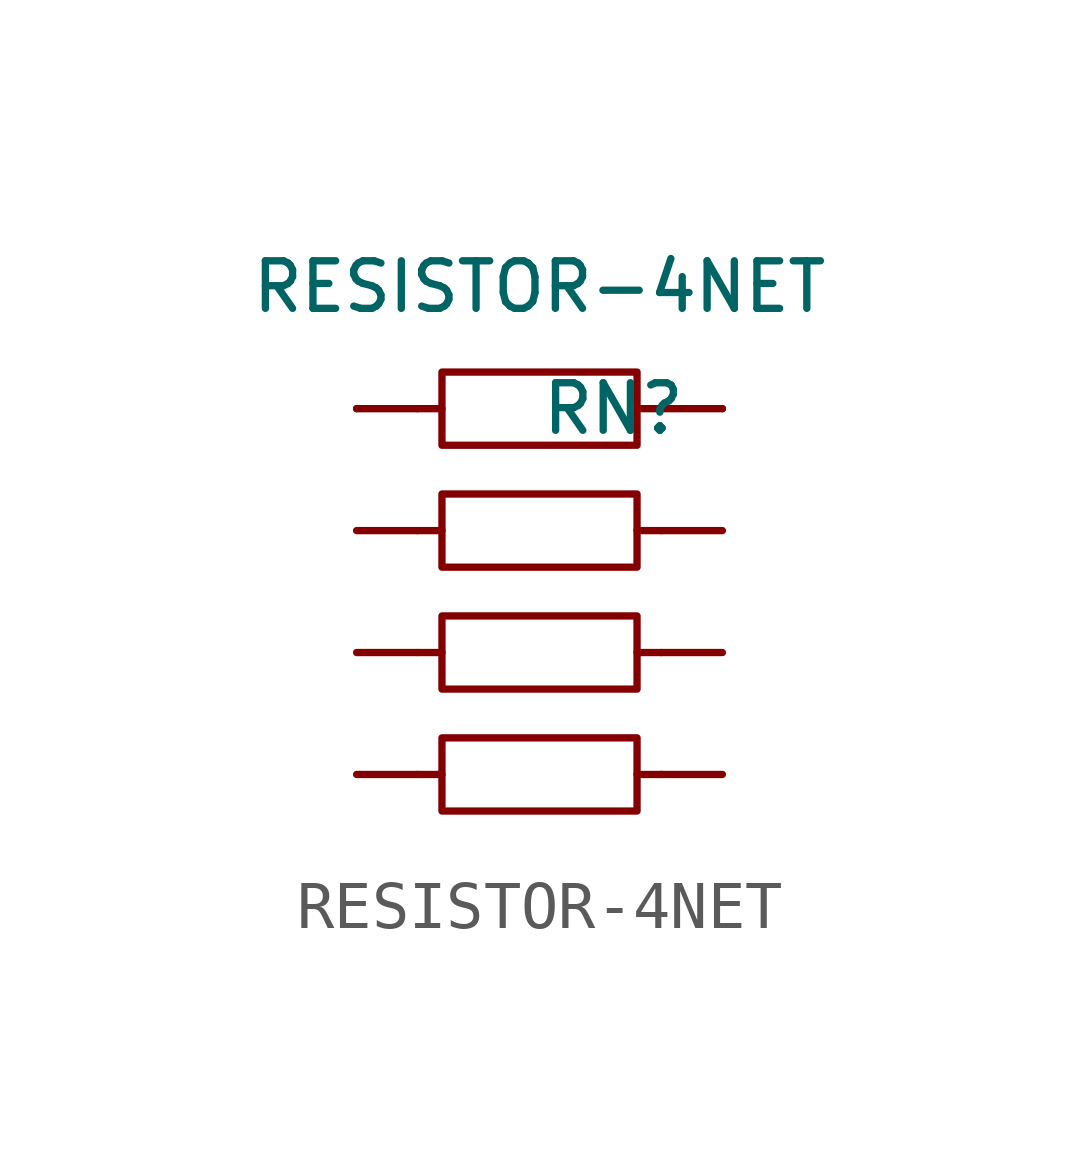
<source format=kicad_sym>
(kicad_symbol_lib
  (version 20211014)
  (generator kicad_symbol_editor)
  (symbol "RESISTOR-4NET"
    (pin_numbers hide)
    (pin_names
      (offset 1.016) hide)
    (property "Reference" "RN"
      (at 0 0 0)
      (effects (font (size 0.991 0.991)) (justify left)))
    (property "Value" "RESISTOR-4NET"
      (at 0 2.54 0)
      (effects (font (size 0.991 0.991))))
    (symbol "RESISTOR-4NET_0_1"
      (rectangle (start -2.032 -6.858) (end 2.032 -8.382) (stroke (width 0) (type default) (color 0 0 0 0)) (fill (type none)))
      (rectangle (start -2.032 -4.318) (end 2.032 -5.842) (stroke (width 0) (type default) (color 0 0 0 0)) (fill (type none)))
      (rectangle (start -2.032 -1.778) (end 2.032 -3.302) (stroke (width 0) (type default) (color 0 0 0 0)) (fill (type none)))
      (polyline (pts (xy -3.81 0) (xy -2.54 0)) (stroke (width 0) (type default) (color 0 0 0 0)) (fill (type none)))
      (polyline (pts (xy -2.54 -7.62) (xy -2.032 -7.62)) (stroke (width 0) (type default) (color 0 0 0 0)) (fill (type none)))
      (polyline (pts (xy -2.54 -5.08) (xy -2.032 -5.08)) (stroke (width 0) (type default) (color 0 0 0 0)) (fill (type none)))
      (polyline (pts (xy -2.54 -2.54) (xy -2.032 -2.54)) (stroke (width 0) (type default) (color 0 0 0 0)) (fill (type none)))
      (polyline (pts (xy -2.54 0) (xy -2.032 0)) (stroke (width 0) (type default) (color 0 0 0 0)) (fill (type none)))
      (polyline (pts (xy 2.032 -7.62) (xy 2.54 -7.62)) (stroke (width 0) (type default) (color 0 0 0 0)) (fill (type none)))
      (polyline (pts (xy 2.032 -5.08) (xy 2.54 -5.08)) (stroke (width 0) (type default) (color 0 0 0 0)) (fill (type none)))
      (polyline (pts (xy 2.032 -2.54) (xy 2.54 -2.54)) (stroke (width 0) (type default) (color 0 0 0 0)) (fill (type none)))
      (polyline (pts (xy 2.54 0) (xy 2.032 0)) (stroke (width 0) (type default) (color 0 0 0 0)) (fill (type none)))
      (polyline (pts (xy 3.81 0) (xy 2.54 0)) (stroke (width 0) (type default) (color 0 0 0 0)) (fill (type none)))
      (polyline (pts (xy -2.032 0.762) (xy -2.032 -0.762) (xy 2.032 -0.762) (xy 2.032 0.762) (xy -2.032 0.762)) (stroke (width 0) (type default) (color 0 0 0 0)) (fill (type none))))
    (symbol "RESISTOR-4NET_1_1"
      (pin passive line (at -3.81 0 0) (length 0) (name "1" (effects (font (size 0.991 0.991)))) (number "1" (effects (font (size 0.991 0.991)))))
      (pin passive line (at -3.81 -2.54 0) (length 1.27) (name "~" (effects (font (size 1.27 1.27)))) (number "2" (effects (font (size 1.27 1.27)))))
      (pin passive line (at -3.81 -5.08 0) (length 1.27) (name "~" (effects (font (size 1.27 1.27)))) (number "3" (effects (font (size 1.27 1.27)))))
      (pin passive line (at -3.81 -7.62 0) (length 1.27) (name "~" (effects (font (size 1.27 1.27)))) (number "4" (effects (font (size 1.27 1.27)))))
      (pin passive line (at 3.81 -7.62 180) (length 1.27) (name "~" (effects (font (size 1.27 1.27)))) (number "5" (effects (font (size 1.27 1.27)))))
      (pin passive line (at 3.81 -5.08 180) (length 1.27) (name "~" (effects (font (size 1.27 1.27)))) (number "6" (effects (font (size 1.27 1.27)))))
      (pin passive line (at 3.81 -2.54 180) (length 1.27) (name "~" (effects (font (size 1.27 1.27)))) (number "7" (effects (font (size 1.27 1.27)))))
      (pin passive line (at 3.81 0 180) (length 0) (name "2" (effects (font (size 0.991 0.991)))) (number "8" (effects (font (size 0.991 0.991))))))))
</source>
